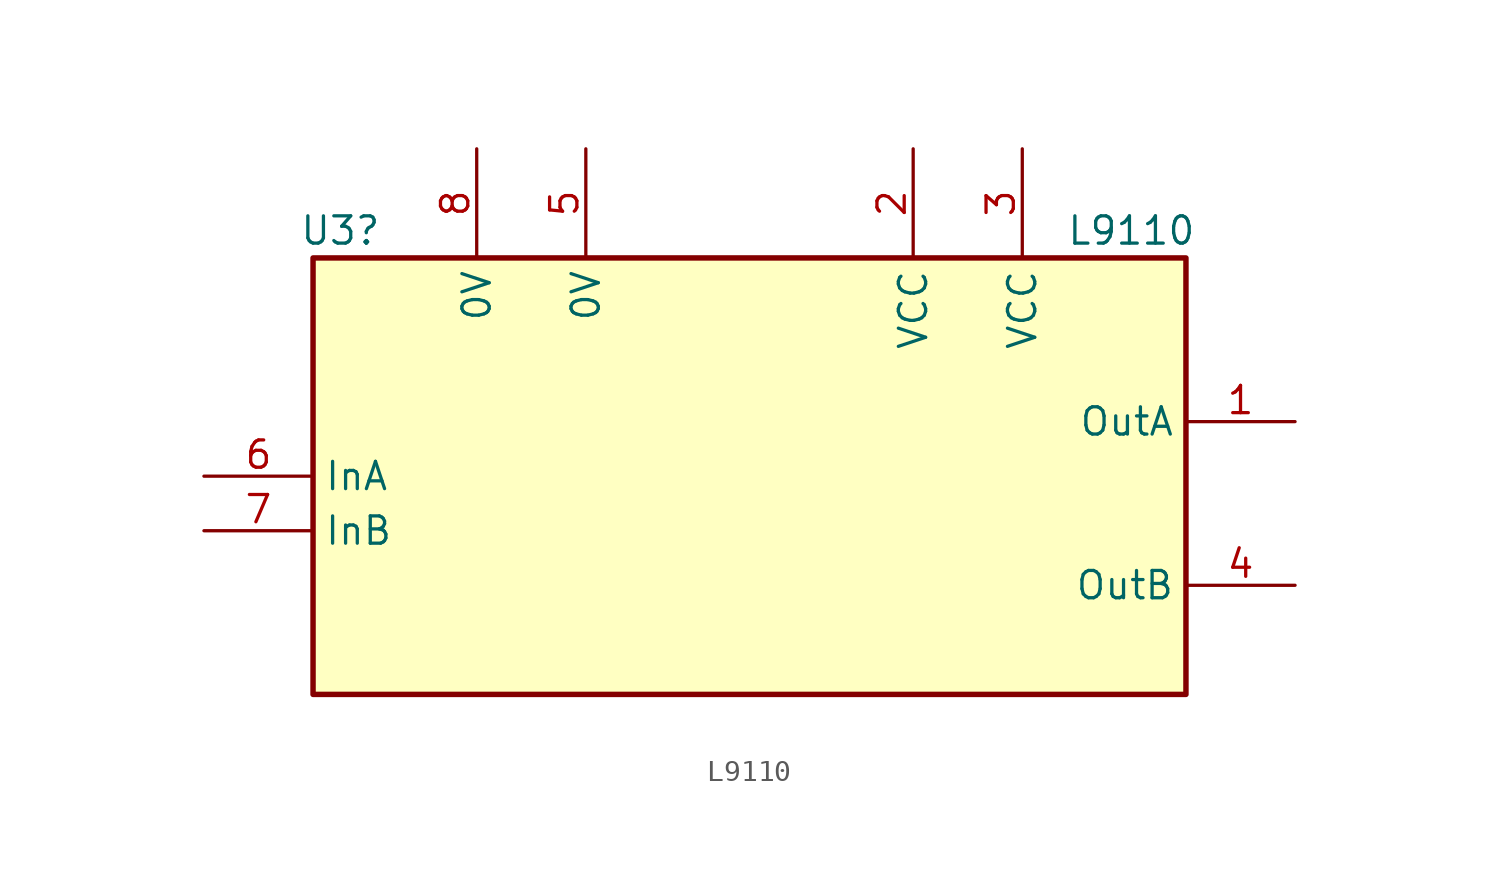
<source format=kicad_sym>
(kicad_symbol_lib
  (version 20231120)
  (generator "kicad_symbol_editor")
  (generator_version "8.0")
  (symbol "L9110"
    (property "Reference" "U3"
      (at -19.05 11.43 0)
      (effects (font (size 1.27 1.27))))
    (property "Value" "L9110"
      (at 17.78 11.43 0)
      (effects (font (size 1.27 1.27))))
    (symbol "L9110_0_1"
      (rectangle (start -20.32 10.16) (end 20.32 -10.16) (stroke (width 0.254) (type default)) (fill (type background))))
    (symbol "L9110_1_1"
      (pin power_out line (at 25.4 2.54 180) (length 5.08) (name "OutA" (effects (font (size 1.27 1.27)))) (number "1" (effects (font (size 1.27 1.27)))))
      (pin power_in line (at 7.62 15.24 270) (length 5.08) (name "VCC" (effects (font (size 1.27 1.27)))) (number "2" (effects (font (size 1.27 1.27)))))
      (pin power_in line (at 12.7 15.24 270) (length 5.08) (name "VCC" (effects (font (size 1.27 1.27)))) (number "3" (effects (font (size 1.27 1.27)))))
      (pin power_out line (at 25.4 -5.08 180) (length 5.08) (name "OutB" (effects (font (size 1.27 1.27)))) (number "4" (effects (font (size 1.27 1.27)))))
      (pin power_in line (at -7.62 15.24 270) (length 5.08) (name "0V" (effects (font (size 1.27 1.27)))) (number "5" (effects (font (size 1.27 1.27)))))
      (pin input line (at -25.4 0 0) (length 5.08) (name "InA" (effects (font (size 1.27 1.27)))) (number "6" (effects (font (size 1.27 1.27)))))
      (pin input line (at -25.4 -2.54 0) (length 5.08) (name "InB" (effects (font (size 1.27 1.27)))) (number "7" (effects (font (size 1.27 1.27)))))
      (pin power_in line (at -12.7 15.24 270) (length 5.08) (name "0V" (effects (font (size 1.27 1.27)))) (number "8" (effects (font (size 1.27 1.27))))))))
</source>
